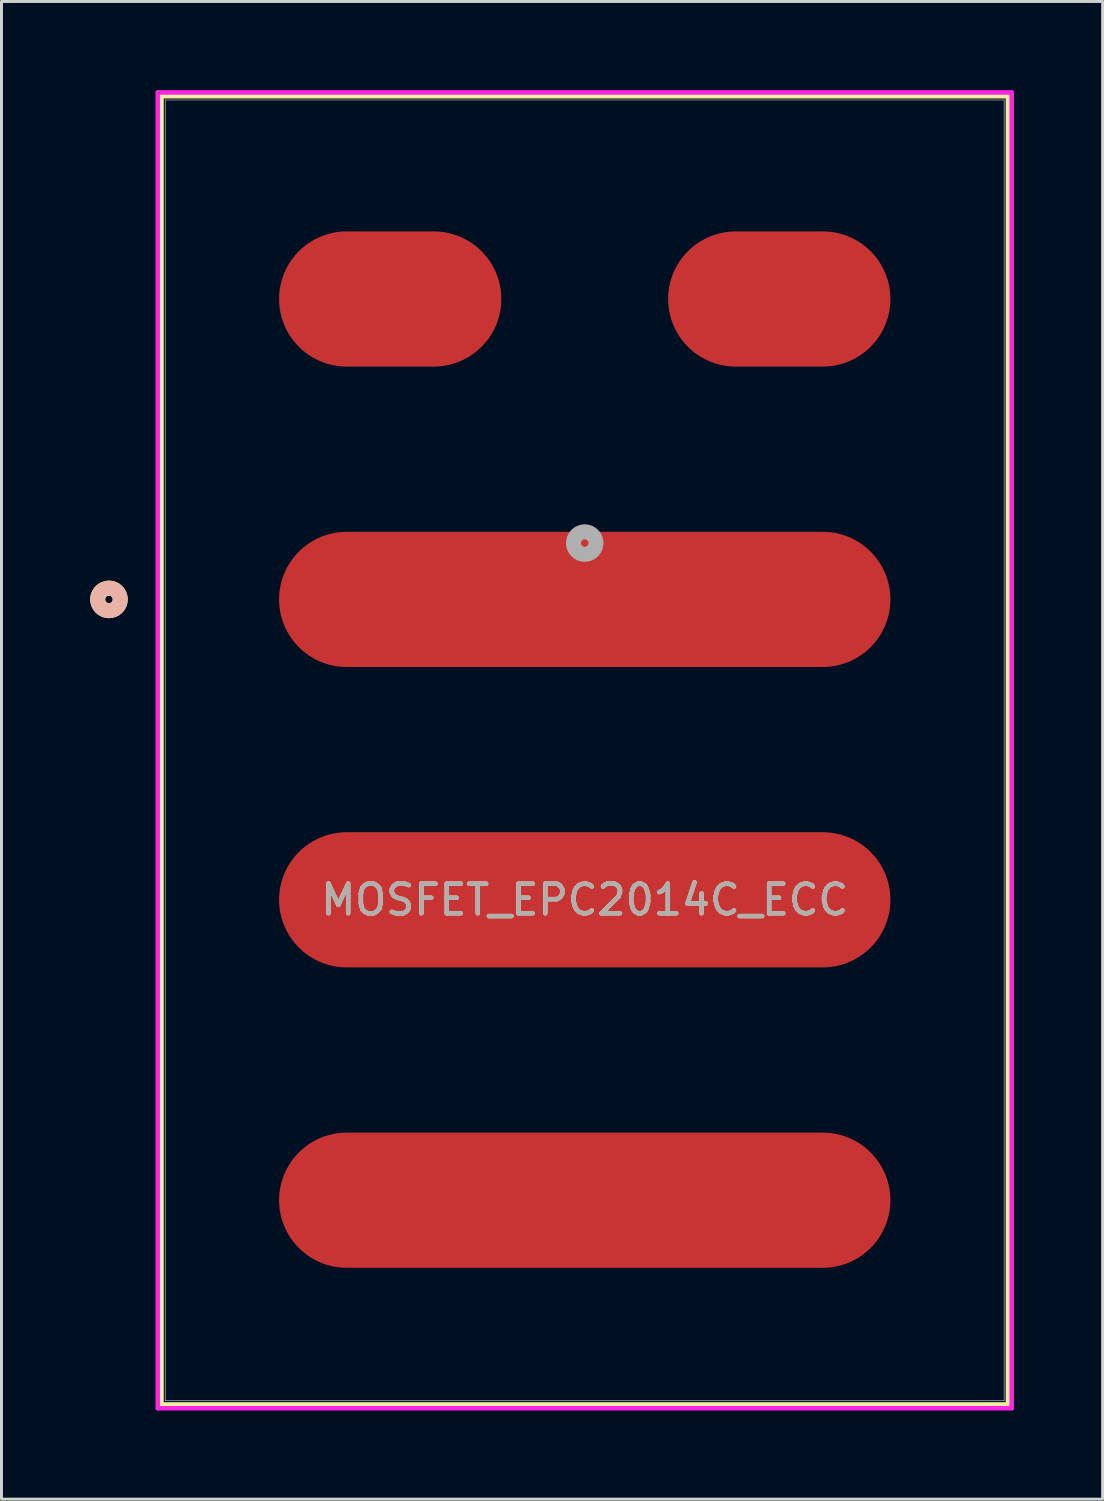
<source format=kicad_pcb>
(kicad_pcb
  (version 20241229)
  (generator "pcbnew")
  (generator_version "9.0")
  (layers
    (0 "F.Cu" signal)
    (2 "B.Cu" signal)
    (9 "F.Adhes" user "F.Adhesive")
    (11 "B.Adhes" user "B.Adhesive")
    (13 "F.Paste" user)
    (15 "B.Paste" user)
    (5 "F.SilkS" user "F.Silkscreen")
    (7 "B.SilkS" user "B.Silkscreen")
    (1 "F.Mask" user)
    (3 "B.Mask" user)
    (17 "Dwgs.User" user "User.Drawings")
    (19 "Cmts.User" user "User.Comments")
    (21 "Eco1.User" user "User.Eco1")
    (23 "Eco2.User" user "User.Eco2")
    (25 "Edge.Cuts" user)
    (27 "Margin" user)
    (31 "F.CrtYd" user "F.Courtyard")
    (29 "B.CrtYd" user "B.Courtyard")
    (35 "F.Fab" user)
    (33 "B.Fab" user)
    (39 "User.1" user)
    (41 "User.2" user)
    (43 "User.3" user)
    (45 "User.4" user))
  (footprint "MOSFET_EPC2014C_ECC"
    (layer "F.Cu")
    (at 16.726 22.327)
    (property "Reference" "MOSFET_EPC2014C_ECC" (at 0 5.055 0) (unlocked yes) (layer "F.SilkS") (effects (font (size 1 1) (thickness 0.15))))
    (attr smd)
    (fp_line (start -14.313 -22.123) (end -14.313 22.123) (stroke (width 0.152) (type solid)) (layer "F.SilkS"))
    (fp_line (start -14.313 22.123) (end 14.313 22.123) (stroke (width 0.152) (type solid)) (layer "F.SilkS"))
    (fp_line (start 14.313 -22.123) (end -14.313 -22.123) (stroke (width 0.152) (type solid)) (layer "F.SilkS"))
    (fp_line (start 14.313 22.123) (end 14.313 -22.123) (stroke (width 0.152) (type solid)) (layer "F.SilkS"))
    (fp_circle (center -16.091 -5.105) (end -15.71 -5.105) (stroke (width 0.508) (type solid)) (fill no) (layer "F.SilkS"))
    (fp_circle (center -16.091 -5.105) (end -15.71 -5.105) (stroke (width 0.508) (type solid)) (fill no) (layer "B.SilkS"))
    (fp_line (start -14.44 -22.25) (end -14.44 22.25) (stroke (width 0.152) (type solid)) (layer "F.CrtYd"))
    (fp_line (start -14.44 22.25) (end 14.44 22.25) (stroke (width 0.152) (type solid)) (layer "F.CrtYd"))
    (fp_line (start 14.44 -22.25) (end -14.44 -22.25) (stroke (width 0.152) (type solid)) (layer "F.CrtYd"))
    (fp_line (start 14.44 22.25) (end 14.44 -22.25) (stroke (width 0.152) (type solid)) (layer "F.CrtYd"))
    (fp_line (start -14.186 -21.996) (end -14.186 21.996) (stroke (width 0.025) (type solid)) (layer "F.Fab"))
    (fp_line (start -14.186 21.996) (end 14.186 21.996) (stroke (width 0.025) (type solid)) (layer "F.Fab"))
    (fp_line (start 14.186 -21.996) (end -14.186 -21.996) (stroke (width 0.025) (type solid)) (layer "F.Fab"))
    (fp_line (start 14.186 21.996) (end 14.186 -21.996) (stroke (width 0.025) (type solid)) (layer "F.Fab"))
    (fp_circle (center 0 -7.01) (end 0.381 -7.01) (stroke (width 0.508) (type solid)) (fill no) (layer "F.Fab"))
    (fp_text user "${REFERENCE}" (at 0 5.055 0) (unlocked yes) (layer "F.Fab") (effects (font (size 1 1) (thickness 0.15))))
    (pad "1" smd oval (at 6.579 -15.265 90) (size 4.572 7.518) (layers "F.Cu" "F.Mask" "F.Paste"))
    (pad "2" smd oval (at -6.579 -15.265 90) (size 4.572 7.518) (layers "F.Cu" "F.Mask" "F.Paste"))
    (pad "3" smd oval (at 0 -5.105) (size 20.676 4.572) (layers "F.Cu" "F.Mask" "F.Paste"))
    (pad "4" smd oval (at 0 5.055) (size 20.676 4.572) (layers "F.Cu" "F.Mask" "F.Paste"))
    (pad "5" smd oval (at 0 15.215) (size 20.676 4.572) (layers "F.Cu" "F.Mask" "F.Paste")))
  (gr_rect
    (start -3 -3)
    (end 34.242 47.653)
    (stroke (width 0.1) (type default))
    (fill no)
    (layer "Edge.Cuts")))
</source>
